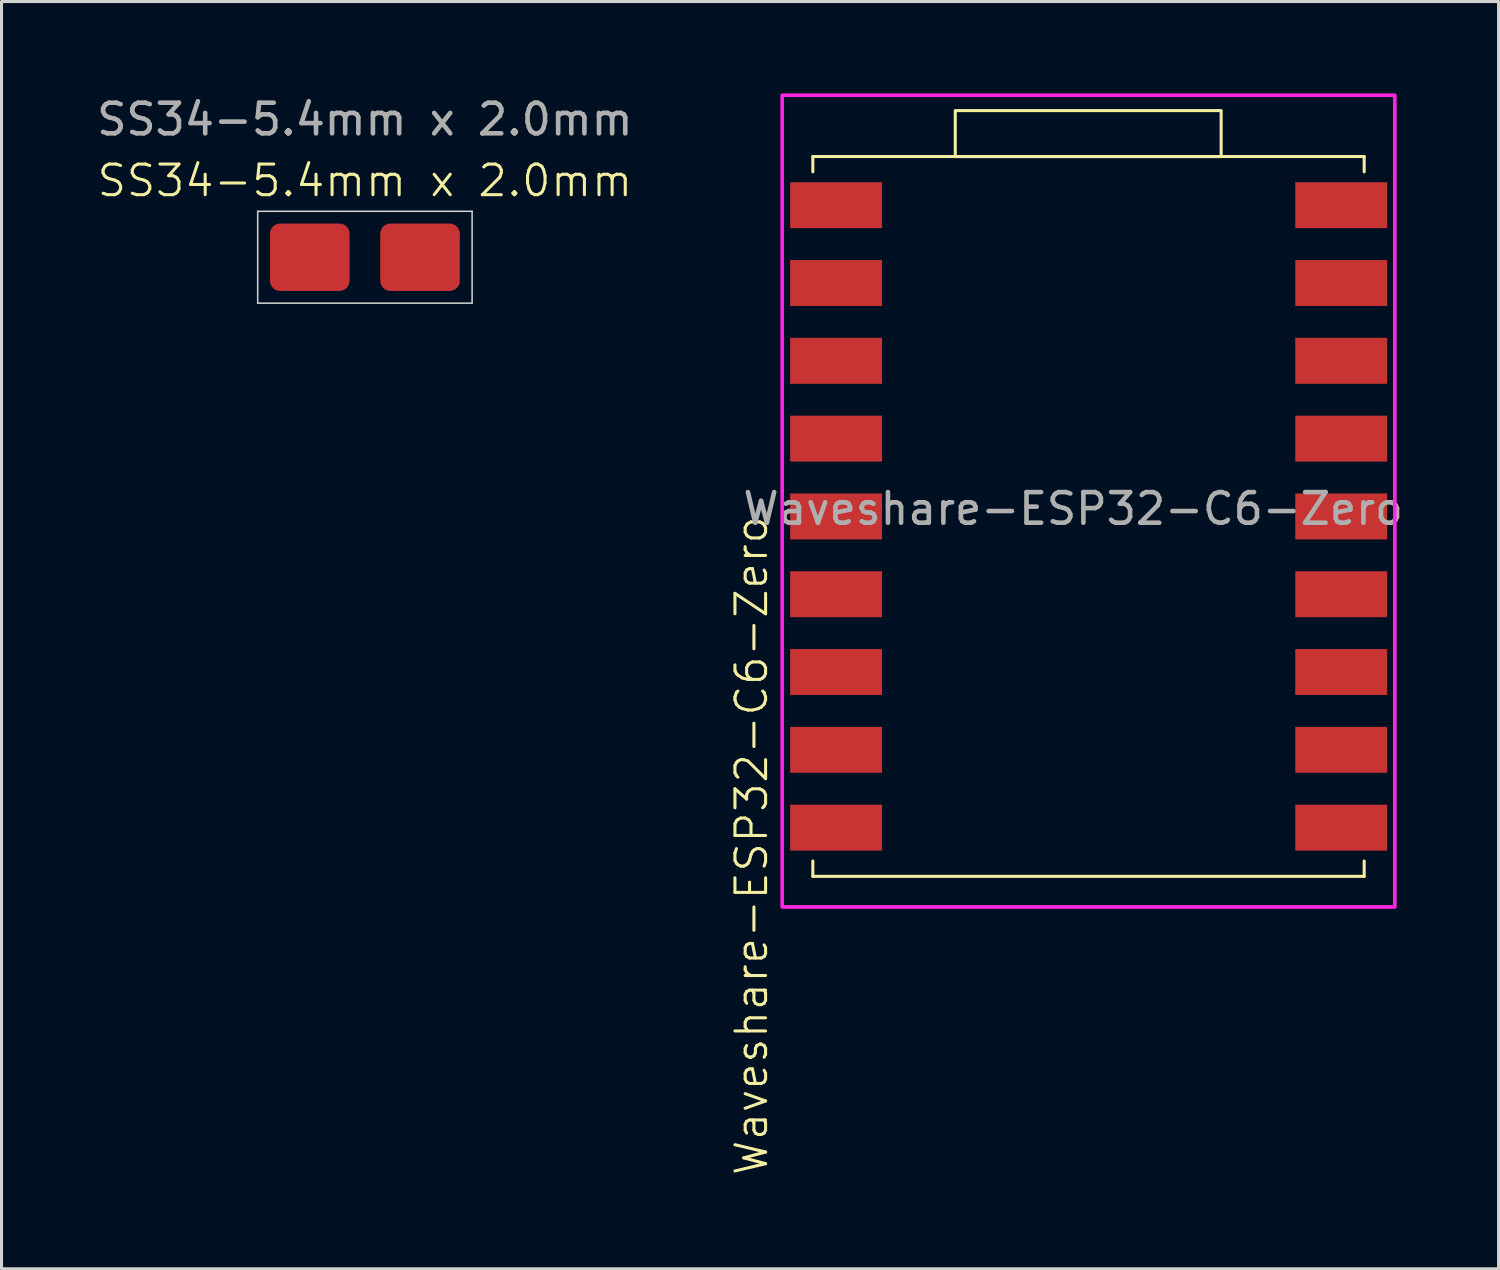
<source format=kicad_pcb>
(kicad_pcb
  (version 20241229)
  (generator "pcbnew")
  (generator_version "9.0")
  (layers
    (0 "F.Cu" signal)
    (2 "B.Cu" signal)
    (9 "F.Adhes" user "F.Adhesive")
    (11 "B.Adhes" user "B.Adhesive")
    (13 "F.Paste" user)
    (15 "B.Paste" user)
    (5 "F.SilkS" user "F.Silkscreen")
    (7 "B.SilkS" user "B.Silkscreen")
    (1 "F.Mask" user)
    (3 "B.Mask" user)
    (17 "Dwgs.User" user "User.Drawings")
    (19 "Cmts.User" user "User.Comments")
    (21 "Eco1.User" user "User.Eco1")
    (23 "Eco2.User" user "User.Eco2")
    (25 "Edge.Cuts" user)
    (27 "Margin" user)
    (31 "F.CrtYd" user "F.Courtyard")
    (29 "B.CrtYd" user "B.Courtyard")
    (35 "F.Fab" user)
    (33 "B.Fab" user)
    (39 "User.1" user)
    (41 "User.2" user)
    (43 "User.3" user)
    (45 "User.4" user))
  (footprint "Waveshare-ESP32-C6-Zero"
    (layer "F.Cu")
    (at 31.987 13.56)
    (property "Reference" "Waveshare-ESP32-C6-Zero" (at -10.5 11 90) (unlocked yes) (layer "F.SilkS") (effects (font (size 1 1) (thickness 0.1))))
    (attr smd)
    (fp_line (start -8.5 -11.5) (end 9.5 -11.5) (stroke (width 0.1) (type default)) (layer "F.SilkS"))
    (fp_line (start -8.5 -11) (end -8.5 -11.5) (stroke (width 0.1) (type default)) (layer "F.SilkS"))
    (fp_line (start -8.5 12) (end -8.5 11.5) (stroke (width 0.1) (type default)) (layer "F.SilkS"))
    (fp_line (start -8.5 12) (end 9.5 12) (stroke (width 0.1) (type default)) (layer "F.SilkS"))
    (fp_line (start 9.5 -11) (end 9.5 -11.5) (stroke (width 0.1) (type default)) (layer "F.SilkS"))
    (fp_line (start 9.5 12) (end 9.5 11.5) (stroke (width 0.1) (type default)) (layer "F.SilkS"))
    (fp_rect (start -3.85 -11.5) (end 4.83 -13) (stroke (width 0.1) (type default)) (fill no) (layer "F.SilkS"))
    (fp_rect (start -9.5 -13.5) (end 10.5 13) (stroke (width 0.12) (type default)) (fill no) (layer "F.CrtYd"))
    (fp_text user "${REFERENCE}" (at 0 0 0) (unlocked yes) (layer "F.Fab") (effects (font (size 1 1) (thickness 0.15))))
    (pad "1" smd rect (at -7.74 -9.91) (size 3 1.5) (layers "F.Cu" "F.Mask" "F.Paste"))
    (pad "2" smd rect (at -7.74 -7.37) (size 3 1.5) (layers "F.Cu" "F.Mask" "F.Paste"))
    (pad "3" smd rect (at -7.74 -4.83) (size 3 1.5) (layers "F.Cu" "F.Mask" "F.Paste"))
    (pad "4" smd rect (at -7.74 -2.29) (size 3 1.5) (layers "F.Cu" "F.Mask" "F.Paste"))
    (pad "5" smd rect (at -7.74 0.25) (size 3 1.5) (layers "F.Cu" "F.Mask" "F.Paste"))
    (pad "6" smd rect (at -7.74 2.79) (size 3 1.5) (layers "F.Cu" "F.Mask" "F.Paste"))
    (pad "7" smd rect (at -7.74 5.33) (size 3 1.5) (layers "F.Cu" "F.Mask" "F.Paste"))
    (pad "8" smd rect (at -7.74 7.87) (size 3 1.5) (layers "F.Cu" "F.Mask" "F.Paste"))
    (pad "9" smd rect (at -7.74 10.41) (size 3 1.5) (layers "F.Cu" "F.Mask" "F.Paste"))
    (pad "10" smd rect (at 8.75 10.41) (size 3 1.5) (layers "F.Cu" "F.Mask" "F.Paste"))
    (pad "11" smd rect (at 8.75 7.87) (size 3 1.5) (layers "F.Cu" "F.Mask" "F.Paste"))
    (pad "12" smd rect (at 8.75 5.33) (size 3 1.5) (layers "F.Cu" "F.Mask" "F.Paste"))
    (pad "13" smd rect (at 8.75 2.79) (size 3 1.5) (layers "F.Cu" "F.Mask" "F.Paste"))
    (pad "14" smd rect (at 8.75 0.25) (size 3 1.5) (layers "F.Cu" "F.Mask" "F.Paste"))
    (pad "15" smd rect (at 8.75 -2.29) (size 3 1.5) (layers "F.Cu" "F.Mask" "F.Paste"))
    (pad "16" smd rect (at 8.75 -4.83) (size 3 1.5) (layers "F.Cu" "F.Mask" "F.Paste"))
    (pad "17" smd rect (at 8.75 -7.37) (size 3 1.5) (layers "F.Cu" "F.Mask" "F.Paste"))
    (pad "18" smd rect (at 8.75 -9.91) (size 3 1.5) (layers "F.Cu" "F.Mask" "F.Paste"))
    (zone (net_name "") (layers "F.Cu" "B.Cu") (hatch edge 0.5) (connect_pads) (min_thickness 0.25) (filled_areas_thickness no) (keepout (tracks not_allowed) (vias not_allowed) (pads not_allowed) (copperpour not_allowed) (footprints not_allowed)) (placement (enabled no)) (fill) (polygon (pts (xy 28.487 22.06) (xy 36.487 22.06) (xy 36.487 26.56) (xy 28.487 26.56)))))
  (footprint "SS34-5.4mm x 2.0mm"
    (layer "F.Cu")
    (at 8.863 5.348)
    (property "Reference" "SS34-5.4mm x 2.0mm" (at 0 -2.5 0) (unlocked yes) (layer "F.SilkS") (effects (font (size 1 1) (thickness 0.1))))
    (attr smd)
    (fp_line (start -3.5 -1.5) (end 3.5 -1.5) (stroke (width 0.05) (type default)) (layer "Edge.Cuts"))
    (fp_line (start -3.5 1.5) (end -3.5 -1.5) (stroke (width 0.05) (type default)) (layer "Edge.Cuts"))
    (fp_line (start 3.5 -1.5) (end 3.5 1.5) (stroke (width 0.05) (type default)) (layer "Edge.Cuts"))
    (fp_line (start 3.5 1.5) (end -3.5 1.5) (stroke (width 0.05) (type default)) (layer "Edge.Cuts"))
    (fp_text user "${REFERENCE}" (at 0 -4.5 0) (unlocked yes) (layer "F.Fab") (effects (font (size 1 1) (thickness 0.15))))
    (pad "1" smd roundrect (at -1.8 0 90) (size 2.2 2.6) (layers "F.Cu" "F.Mask" "F.Paste") (roundrect_rratio 0.15))
    (pad "2" smd roundrect (at 1.8 0 90) (size 2.2 2.6) (layers "F.Cu" "F.Mask" "F.Paste") (roundrect_rratio 0.15)))
  (gr_rect
    (start -3 -3)
    (end 45.874 38.372)
    (stroke (width 0.1) (type default))
    (fill no)
    (layer "Edge.Cuts")))
</source>
